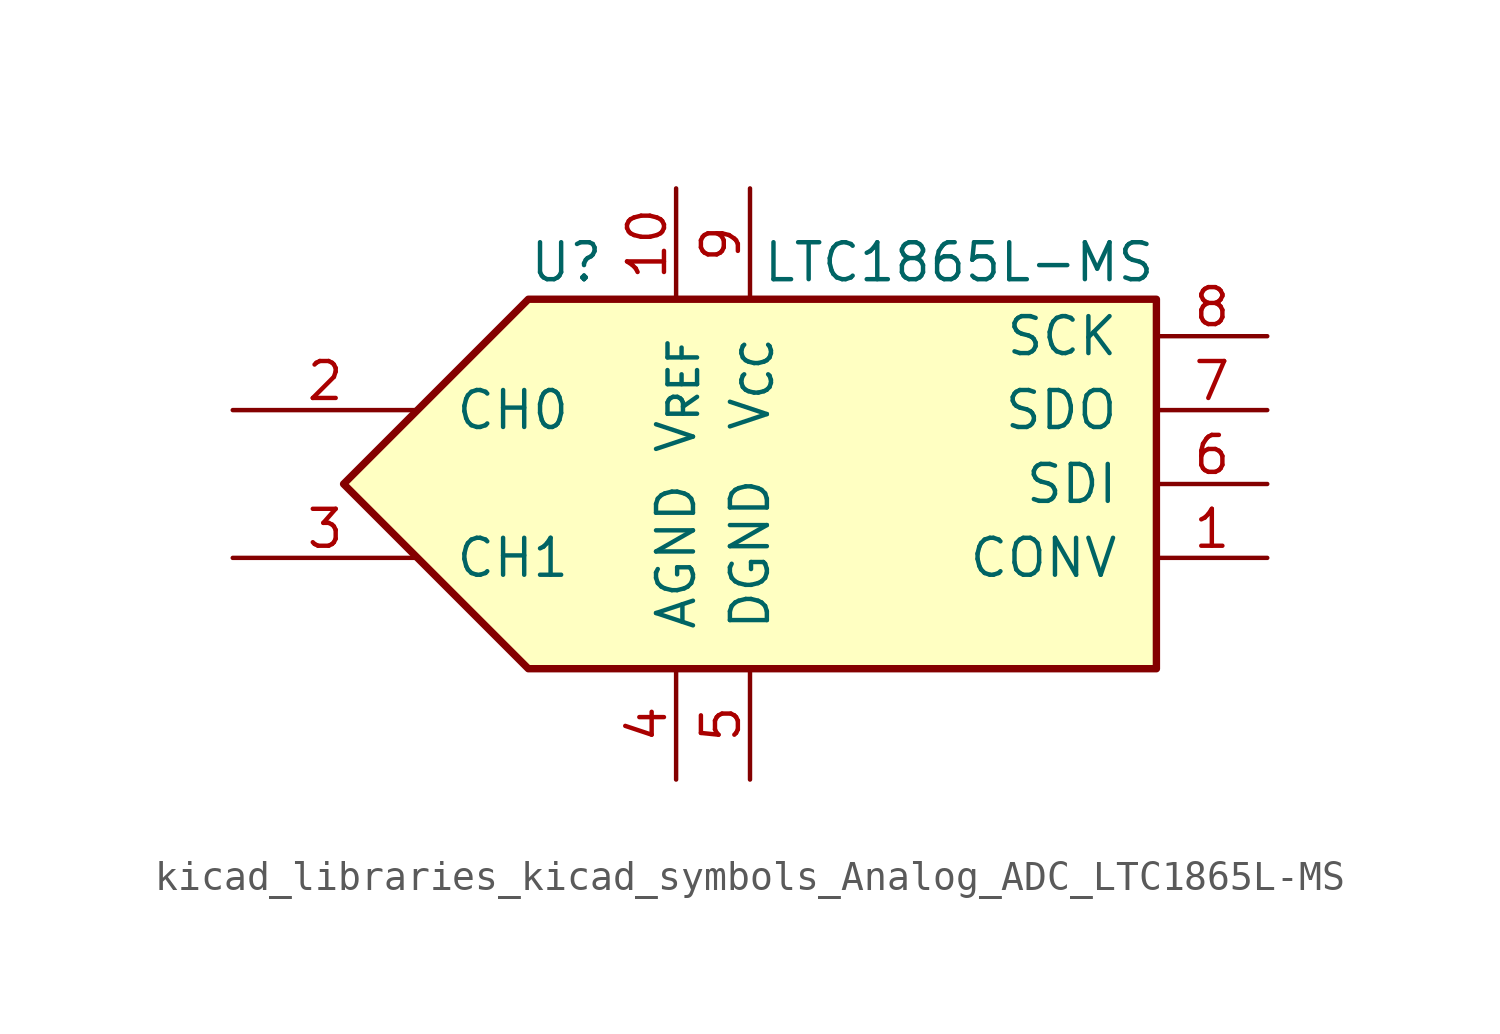
<source format=kicad_sym>
(kicad_symbol_lib
  (version 20220914)
  (generator kicad_symbol_editor)
  (symbol "kicad_libraries_kicad_symbols_Analog_ADC_LTC1865L-MS"
    (pin_names
      (offset 1.27))
    (property "Reference" "U"
      (at -10.16 7.62 0)
      (effects (font (size 1.27 1.27)) (justify left)))
    (property "Value" "LTC1865L-MS"
      (at 11.43 7.62 0)
      (effects (font (size 1.27 1.27)) (justify right)))
    (symbol "kicad_libraries_kicad_symbols_Analog_ADC_LTC1865L-MS_0_1"
      (polyline (pts (xy 11.43 6.35) (xy -10.16 6.35) (xy -16.51 0) (xy -10.16 -6.35) (xy 11.43 -6.35) (xy 11.43 6.35)) (stroke (width 0.254) (type default)) (fill (type background))))
    (symbol "kicad_libraries_kicad_symbols_Analog_ADC_LTC1865L-MS_1_1"
      (pin input line (at 15.24 -2.54 180) (length 3.81) (name "CONV" (effects (font (size 1.27 1.27)))) (number "1" (effects (font (size 1.27 1.27)))))
      (pin input line (at -5.08 10.16 270) (length 3.81) (name "V_{REF}" (effects (font (size 1.27 1.27)))) (number "10" (effects (font (size 1.27 1.27)))))
      (pin input line (at -20.32 2.54 0) (length 6.35) (name "CH0" (effects (font (size 1.27 1.27)))) (number "2" (effects (font (size 1.27 1.27)))))
      (pin input line (at -20.32 -2.54 0) (length 6.35) (name "CH1" (effects (font (size 1.27 1.27)))) (number "3" (effects (font (size 1.27 1.27)))))
      (pin power_in line (at -5.08 -10.16 90) (length 3.81) (name "AGND" (effects (font (size 1.27 1.27)))) (number "4" (effects (font (size 1.27 1.27)))))
      (pin power_in line (at -2.54 -10.16 90) (length 3.81) (name "DGND" (effects (font (size 1.27 1.27)))) (number "5" (effects (font (size 1.27 1.27)))))
      (pin input line (at 15.24 0 180) (length 3.81) (name "SDI" (effects (font (size 1.27 1.27)))) (number "6" (effects (font (size 1.27 1.27)))))
      (pin output line (at 15.24 2.54 180) (length 3.81) (name "SDO" (effects (font (size 1.27 1.27)))) (number "7" (effects (font (size 1.27 1.27)))))
      (pin input line (at 15.24 5.08 180) (length 3.81) (name "SCK" (effects (font (size 1.27 1.27)))) (number "8" (effects (font (size 1.27 1.27)))))
      (pin power_in line (at -2.54 10.16 270) (length 3.81) (name "V_{CC}" (effects (font (size 1.27 1.27)))) (number "9" (effects (font (size 1.27 1.27))))))))
</source>
